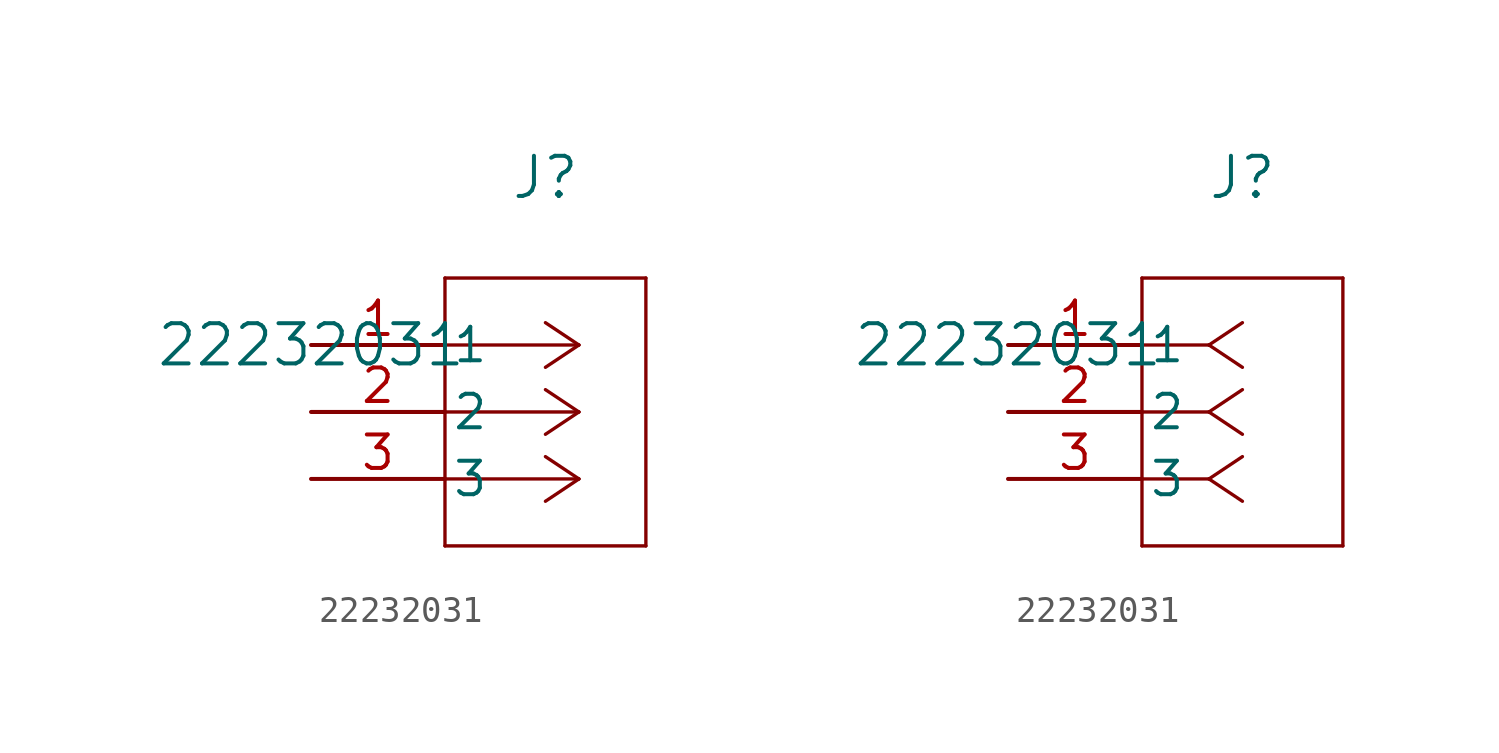
<source format=kicad_sym>
(kicad_symbol_lib
  (version 20211014)
  (generator kicad_symbol_editor)
  (symbol "22232031"
    (pin_names
      (offset 0.254))
    (property "Reference" "J"
      (at 8.89 6.35 0)
      (effects (font (size 1.524 1.524))))
    (property "Value" "22232031"
      (at 0 0 0)
      (effects (font (size 1.524 1.524))))
    (symbol "22232031_1_1"
      (polyline (pts (xy 10.16 0) (xy 5.08 0)) (stroke (width 0.127) (type default) (color 0 0 0 0)) (fill (type none)))
      (polyline (pts (xy 10.16 -2.54) (xy 5.08 -2.54)) (stroke (width 0.127) (type default) (color 0 0 0 0)) (fill (type none)))
      (polyline (pts (xy 10.16 -5.08) (xy 5.08 -5.08)) (stroke (width 0.127) (type default) (color 0 0 0 0)) (fill (type none)))
      (polyline (pts (xy 10.16 0) (xy 8.89 0.847)) (stroke (width 0.127) (type default) (color 0 0 0 0)) (fill (type none)))
      (polyline (pts (xy 10.16 -2.54) (xy 8.89 -1.693)) (stroke (width 0.127) (type default) (color 0 0 0 0)) (fill (type none)))
      (polyline (pts (xy 10.16 -5.08) (xy 8.89 -4.233)) (stroke (width 0.127) (type default) (color 0 0 0 0)) (fill (type none)))
      (polyline (pts (xy 10.16 0) (xy 8.89 -0.847)) (stroke (width 0.127) (type default) (color 0 0 0 0)) (fill (type none)))
      (polyline (pts (xy 10.16 -2.54) (xy 8.89 -3.387)) (stroke (width 0.127) (type default) (color 0 0 0 0)) (fill (type none)))
      (polyline (pts (xy 10.16 -5.08) (xy 8.89 -5.927)) (stroke (width 0.127) (type default) (color 0 0 0 0)) (fill (type none)))
      (polyline (pts (xy 5.08 2.54) (xy 5.08 -7.62)) (stroke (width 0.127) (type default) (color 0 0 0 0)) (fill (type none)))
      (polyline (pts (xy 5.08 -7.62) (xy 12.7 -7.62)) (stroke (width 0.127) (type default) (color 0 0 0 0)) (fill (type none)))
      (polyline (pts (xy 12.7 -7.62) (xy 12.7 2.54)) (stroke (width 0.127) (type default) (color 0 0 0 0)) (fill (type none)))
      (polyline (pts (xy 12.7 2.54) (xy 5.08 2.54)) (stroke (width 0.127) (type default) (color 0 0 0 0)) (fill (type none)))
      (pin unspecified line (at 0 0 0) (length 5.08) (name "1" (effects (font (size 1.27 1.27)))) (number "1" (effects (font (size 1.27 1.27)))))
      (pin unspecified line (at 0 -2.54 0) (length 5.08) (name "2" (effects (font (size 1.27 1.27)))) (number "2" (effects (font (size 1.27 1.27)))))
      (pin unspecified line (at 0 -5.08 0) (length 5.08) (name "3" (effects (font (size 1.27 1.27)))) (number "3" (effects (font (size 1.27 1.27))))))
    (symbol "22232031_1_2"
      (polyline (pts (xy 7.62 0) (xy 5.08 0)) (stroke (width 0.127) (type default) (color 0 0 0 0)) (fill (type none)))
      (polyline (pts (xy 7.62 -2.54) (xy 5.08 -2.54)) (stroke (width 0.127) (type default) (color 0 0 0 0)) (fill (type none)))
      (polyline (pts (xy 7.62 -5.08) (xy 5.08 -5.08)) (stroke (width 0.127) (type default) (color 0 0 0 0)) (fill (type none)))
      (polyline (pts (xy 7.62 0) (xy 8.89 0.847)) (stroke (width 0.127) (type default) (color 0 0 0 0)) (fill (type none)))
      (polyline (pts (xy 7.62 -2.54) (xy 8.89 -1.693)) (stroke (width 0.127) (type default) (color 0 0 0 0)) (fill (type none)))
      (polyline (pts (xy 7.62 -5.08) (xy 8.89 -4.233)) (stroke (width 0.127) (type default) (color 0 0 0 0)) (fill (type none)))
      (polyline (pts (xy 7.62 0) (xy 8.89 -0.847)) (stroke (width 0.127) (type default) (color 0 0 0 0)) (fill (type none)))
      (polyline (pts (xy 7.62 -2.54) (xy 8.89 -3.387)) (stroke (width 0.127) (type default) (color 0 0 0 0)) (fill (type none)))
      (polyline (pts (xy 7.62 -5.08) (xy 8.89 -5.927)) (stroke (width 0.127) (type default) (color 0 0 0 0)) (fill (type none)))
      (polyline (pts (xy 5.08 2.54) (xy 5.08 -7.62)) (stroke (width 0.127) (type default) (color 0 0 0 0)) (fill (type none)))
      (polyline (pts (xy 5.08 -7.62) (xy 12.7 -7.62)) (stroke (width 0.127) (type default) (color 0 0 0 0)) (fill (type none)))
      (polyline (pts (xy 12.7 -7.62) (xy 12.7 2.54)) (stroke (width 0.127) (type default) (color 0 0 0 0)) (fill (type none)))
      (polyline (pts (xy 12.7 2.54) (xy 5.08 2.54)) (stroke (width 0.127) (type default) (color 0 0 0 0)) (fill (type none)))
      (pin unspecified line (at 0 0 0) (length 5.08) (name "1" (effects (font (size 1.27 1.27)))) (number "1" (effects (font (size 1.27 1.27)))))
      (pin unspecified line (at 0 -2.54 0) (length 5.08) (name "2" (effects (font (size 1.27 1.27)))) (number "2" (effects (font (size 1.27 1.27)))))
      (pin unspecified line (at 0 -5.08 0) (length 5.08) (name "3" (effects (font (size 1.27 1.27)))) (number "3" (effects (font (size 1.27 1.27))))))))
</source>
